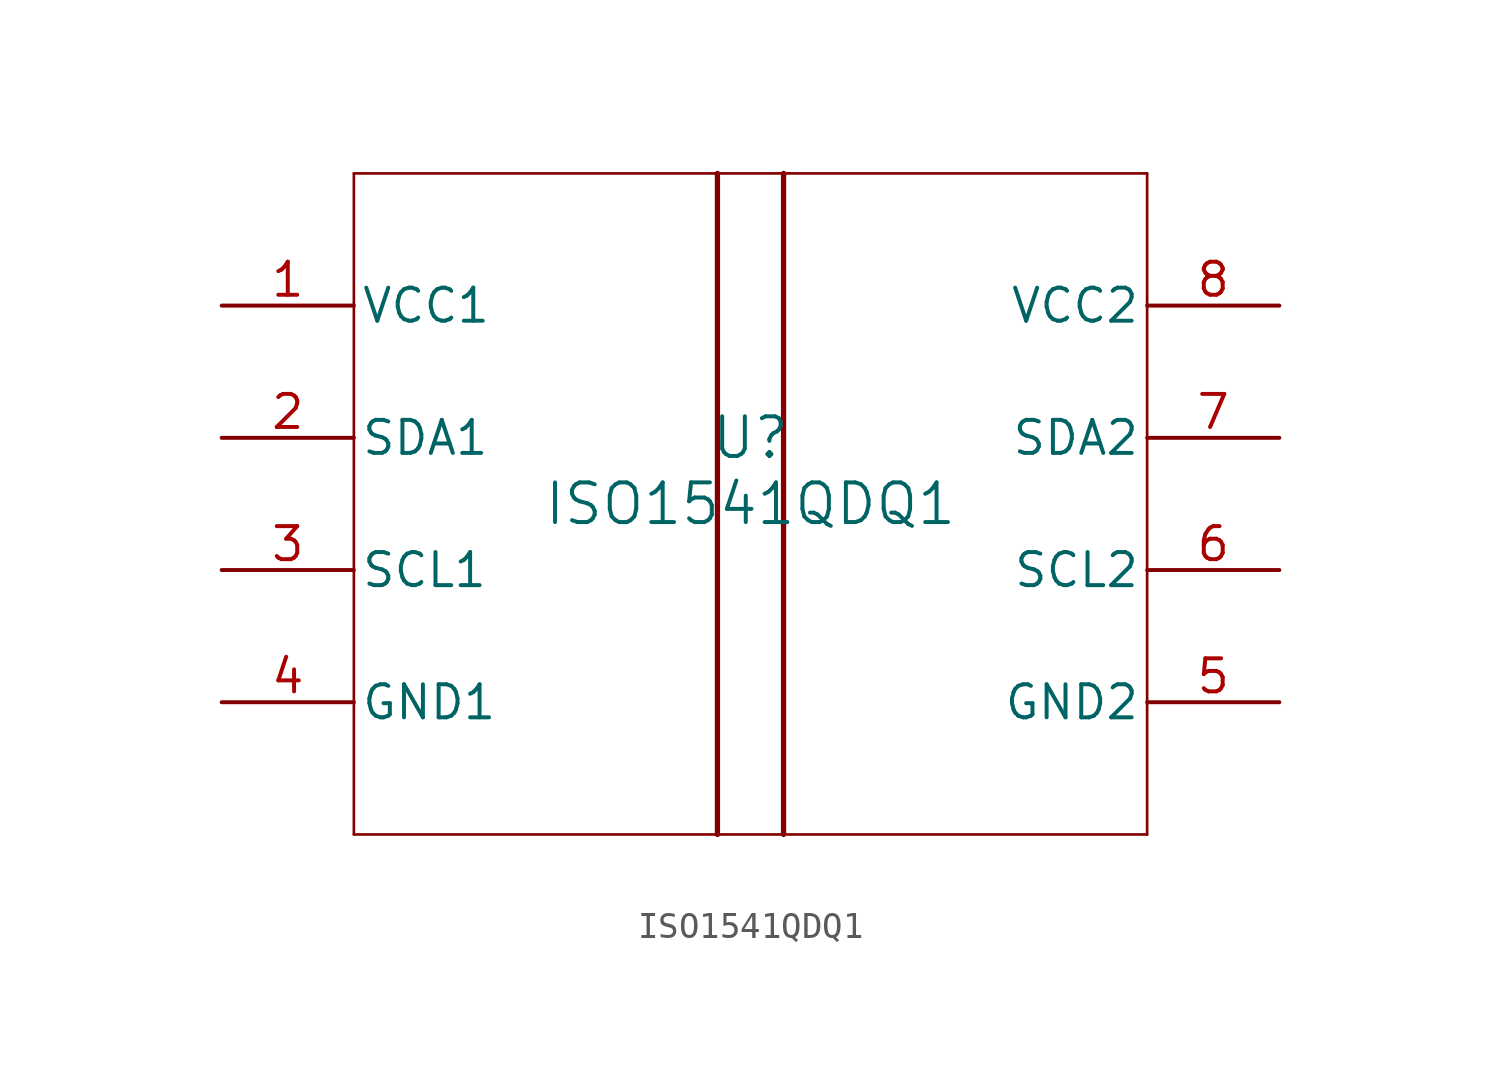
<source format=kicad_sym>
(kicad_symbol_lib
  (version 20211014)
  (generator kicad_symbol_editor)
  (symbol "ISO1541QDQ1"
    (pin_names
      (offset 0.254))
    (property "Reference" "U"
      (at 0 2.54 0)
      (effects (font (size 1.524 1.524))))
    (property "Value" "ISO1541QDQ1"
      (at 0 0 0)
      (effects (font (size 1.524 1.524))))
    (symbol "ISO1541QDQ1_0_1"
      (polyline (pts (xy -15.24 -12.7) (xy 15.24 -12.7)) (stroke (width 0.102) (type default) (color 0 0 0 0)) (fill (type none)))
      (polyline (pts (xy 15.24 -12.7) (xy 15.24 12.7)) (stroke (width 0.102) (type default) (color 0 0 0 0)) (fill (type none)))
      (polyline (pts (xy 15.24 12.7) (xy -15.24 12.7)) (stroke (width 0.102) (type default) (color 0 0 0 0)) (fill (type none)))
      (polyline (pts (xy -15.24 12.7) (xy -15.24 -12.7)) (stroke (width 0.102) (type default) (color 0 0 0 0)) (fill (type none)))
      (polyline (pts (xy -1.27 -12.7) (xy -1.27 12.7)) (stroke (width 0.203) (type default) (color 0 0 0 0)) (fill (type none)))
      (polyline (pts (xy 1.27 12.7) (xy 1.27 -12.7)) (stroke (width 0.203) (type default) (color 0 0 0 0)) (fill (type none)))
      (pin power_in line (at -20.32 7.62 0) (length 5.08) (name "VCC1" (effects (font (size 1.27 1.27)))) (number "1" (effects (font (size 1.27 1.27)))))
      (pin bidirectional line (at -20.32 2.54 0) (length 5.08) (name "SDA1" (effects (font (size 1.27 1.27)))) (number "2" (effects (font (size 1.27 1.27)))))
      (pin input line (at -20.32 -2.54 0) (length 5.08) (name "SCL1" (effects (font (size 1.27 1.27)))) (number "3" (effects (font (size 1.27 1.27)))))
      (pin power_in line (at -20.32 -7.62 0) (length 5.08) (name "GND1" (effects (font (size 1.27 1.27)))) (number "4" (effects (font (size 1.27 1.27)))))
      (pin power_in line (at 20.32 -7.62 180) (length 5.08) (name "GND2" (effects (font (size 1.27 1.27)))) (number "5" (effects (font (size 1.27 1.27)))))
      (pin output line (at 20.32 -2.54 180) (length 5.08) (name "SCL2" (effects (font (size 1.27 1.27)))) (number "6" (effects (font (size 1.27 1.27)))))
      (pin bidirectional line (at 20.32 2.54 180) (length 5.08) (name "SDA2" (effects (font (size 1.27 1.27)))) (number "7" (effects (font (size 1.27 1.27)))))
      (pin power_in line (at 20.32 7.62 180) (length 5.08) (name "VCC2" (effects (font (size 1.27 1.27)))) (number "8" (effects (font (size 1.27 1.27))))))))
</source>
